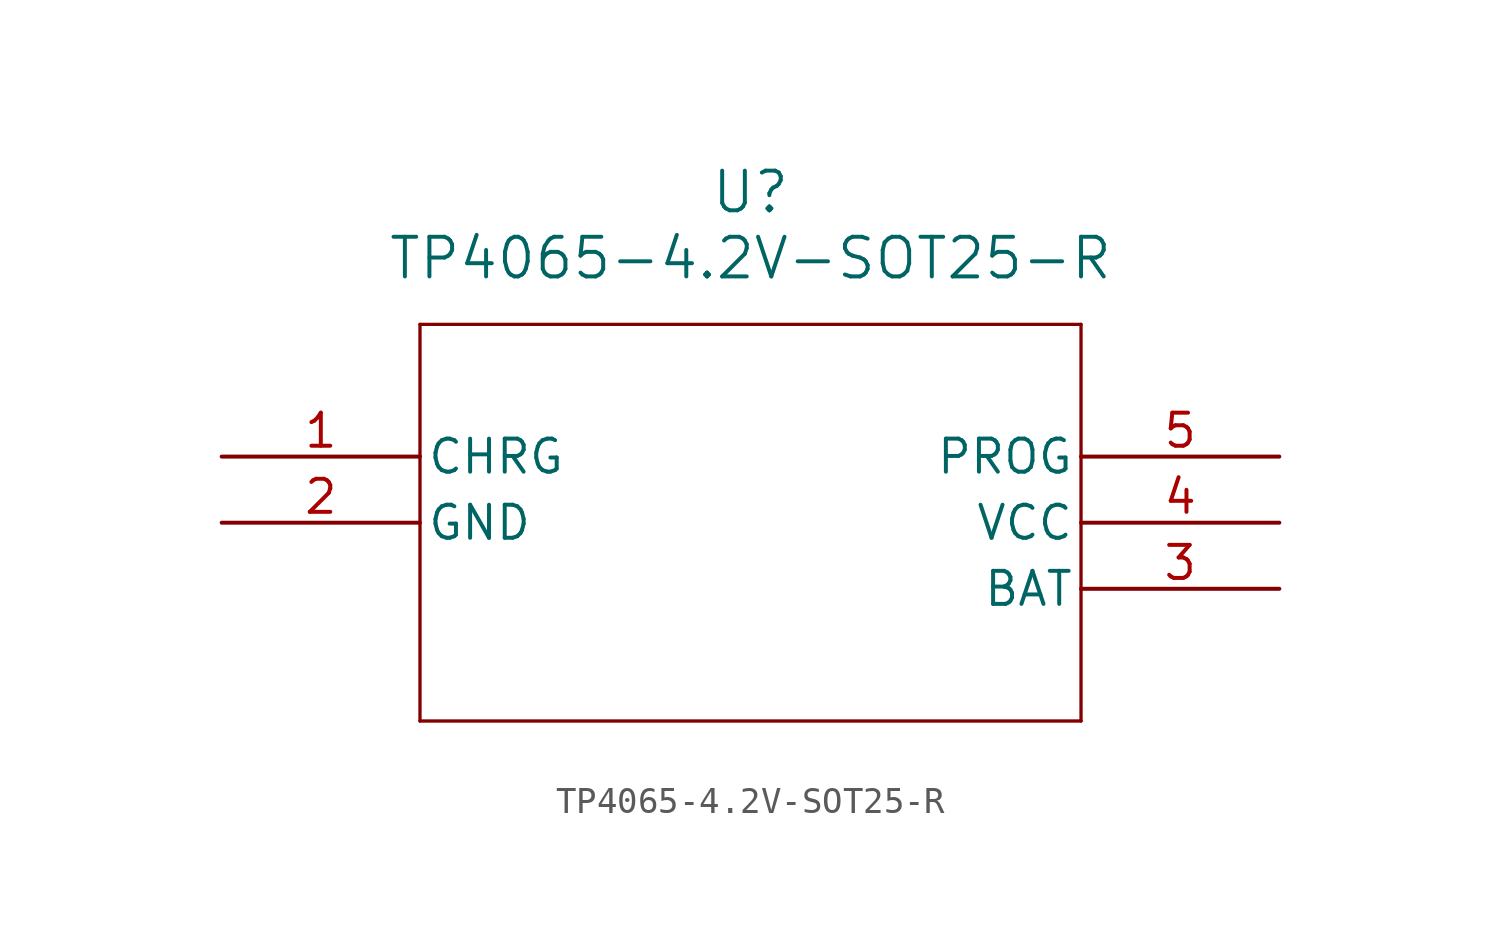
<source format=kicad_sym>
(kicad_symbol_lib
  (version 20211014)
  (generator kicad_symbol_editor)
  (symbol "TP4065-4.2V-SOT25-R"
    (pin_names
      (offset 0.254))
    (property "Reference" "U"
      (at 20.32 10.16 0)
      (effects (font (size 1.524 1.524))))
    (property "Value" "TP4065-4.2V-SOT25-R"
      (at 20.32 7.62 0)
      (effects (font (size 1.524 1.524))))
    (symbol "TP4065-4.2V-SOT25-R_0_1"
      (polyline (pts (xy 7.62 5.08) (xy 7.62 -10.16)) (stroke (width 0.127) (type default) (color 0 0 0 0)) (fill (type none)))
      (polyline (pts (xy 7.62 -10.16) (xy 33.02 -10.16)) (stroke (width 0.127) (type default) (color 0 0 0 0)) (fill (type none)))
      (polyline (pts (xy 33.02 -10.16) (xy 33.02 5.08)) (stroke (width 0.127) (type default) (color 0 0 0 0)) (fill (type none)))
      (polyline (pts (xy 33.02 5.08) (xy 7.62 5.08)) (stroke (width 0.127) (type default) (color 0 0 0 0)) (fill (type none)))
      (pin unspecified line (at 0 0 0) (length 7.62) (name "CHRG" (effects (font (size 1.27 1.27)))) (number "1" (effects (font (size 1.27 1.27)))))
      (pin power_out line (at 0 -2.54 0) (length 7.62) (name "GND" (effects (font (size 1.27 1.27)))) (number "2" (effects (font (size 1.27 1.27)))))
      (pin power_in line (at 40.64 -5.08 180) (length 7.62) (name "BAT" (effects (font (size 1.27 1.27)))) (number "3" (effects (font (size 1.27 1.27)))))
      (pin power_in line (at 40.64 -2.54 180) (length 7.62) (name "VCC" (effects (font (size 1.27 1.27)))) (number "4" (effects (font (size 1.27 1.27)))))
      (pin unspecified line (at 40.64 0 180) (length 7.62) (name "PROG" (effects (font (size 1.27 1.27)))) (number "5" (effects (font (size 1.27 1.27))))))))
</source>
